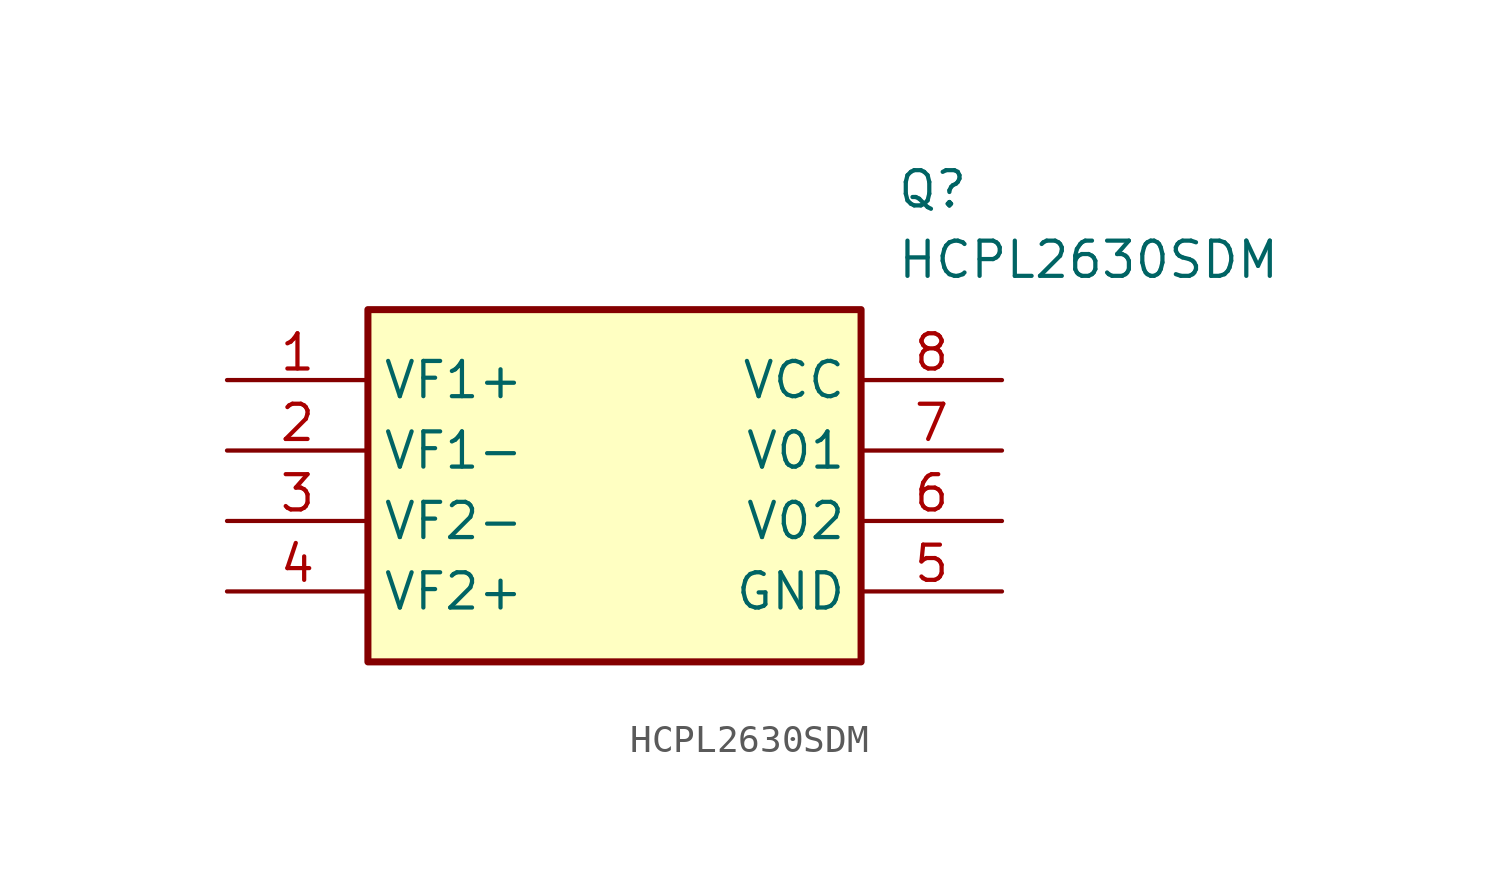
<source format=kicad_sym>
(kicad_symbol_lib
  (version 20241209)
  (generator "kicad_symbol_editor")
  (generator_version "9.0")
  (symbol "HCPL2630SDM"
    (property "Reference" "Q"
      (at 24.13 7.62 0)
      (effects (font (size 1.27 1.27)) (justify left top)))
    (property "Value" "HCPL2630SDM"
      (at 24.13 5.08 0)
      (effects (font (size 1.27 1.27)) (justify left top)))
    (symbol "HCPL2630SDM_1_1"
      (rectangle (start 5.08 2.54) (end 22.86 -10.16) (stroke (width 0.254) (type default)) (fill (type background)))
      (pin passive line (at 0 0 0) (length 5.08) (name "VF1+" (effects (font (size 1.27 1.27)))) (number "1" (effects (font (size 1.27 1.27)))))
      (pin passive line (at 0 -2.54 0) (length 5.08) (name "VF1-" (effects (font (size 1.27 1.27)))) (number "2" (effects (font (size 1.27 1.27)))))
      (pin passive line (at 0 -5.08 0) (length 5.08) (name "VF2-" (effects (font (size 1.27 1.27)))) (number "3" (effects (font (size 1.27 1.27)))))
      (pin passive line (at 0 -7.62 0) (length 5.08) (name "VF2+" (effects (font (size 1.27 1.27)))) (number "4" (effects (font (size 1.27 1.27)))))
      (pin passive line (at 27.94 0 180) (length 5.08) (name "VCC" (effects (font (size 1.27 1.27)))) (number "8" (effects (font (size 1.27 1.27)))))
      (pin passive line (at 27.94 -2.54 180) (length 5.08) (name "V01" (effects (font (size 1.27 1.27)))) (number "7" (effects (font (size 1.27 1.27)))))
      (pin passive line (at 27.94 -5.08 180) (length 5.08) (name "V02" (effects (font (size 1.27 1.27)))) (number "6" (effects (font (size 1.27 1.27)))))
      (pin passive line (at 27.94 -7.62 180) (length 5.08) (name "GND" (effects (font (size 1.27 1.27)))) (number "5" (effects (font (size 1.27 1.27))))))))
</source>
